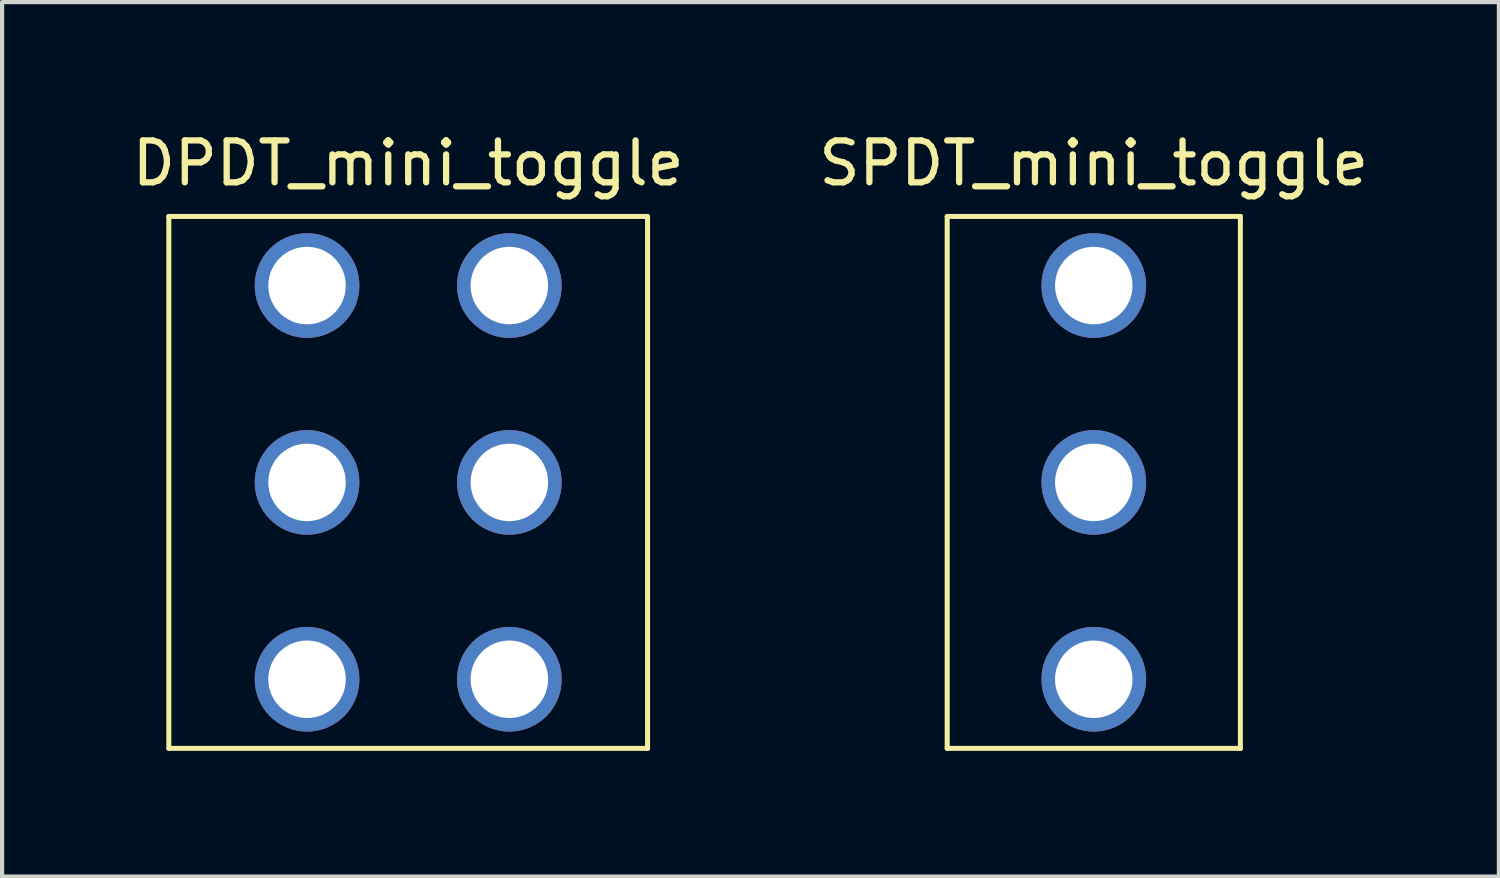
<source format=kicad_pcb>
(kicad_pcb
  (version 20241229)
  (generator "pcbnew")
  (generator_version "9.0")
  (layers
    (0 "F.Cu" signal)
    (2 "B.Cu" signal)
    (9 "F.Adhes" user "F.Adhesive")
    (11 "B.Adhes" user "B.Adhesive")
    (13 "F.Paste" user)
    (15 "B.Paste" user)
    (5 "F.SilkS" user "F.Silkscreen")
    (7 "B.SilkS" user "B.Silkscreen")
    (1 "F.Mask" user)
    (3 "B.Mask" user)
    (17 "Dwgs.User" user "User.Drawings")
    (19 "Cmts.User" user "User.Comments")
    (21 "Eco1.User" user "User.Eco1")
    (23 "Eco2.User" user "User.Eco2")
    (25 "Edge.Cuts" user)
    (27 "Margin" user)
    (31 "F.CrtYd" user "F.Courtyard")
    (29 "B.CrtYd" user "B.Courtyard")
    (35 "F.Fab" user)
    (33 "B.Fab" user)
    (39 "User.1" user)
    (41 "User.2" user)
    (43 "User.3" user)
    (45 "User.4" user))
  (footprint "DPDT_mini_toggle"
    (layer "F.Cu")
    (at 6.696 8.468)
    (property "Reference" "DPDT_mini_toggle" (at 0 -7.62 0) (layer "F.SilkS") (effects (font (size 1 1) (thickness 0.15))))
    (attr through_hole)
    (fp_line (start -5.715 -6.35) (end 5.715 -6.35) (stroke (width 0.12) (type solid)) (layer "F.SilkS"))
    (fp_line (start -5.715 6.35) (end -5.715 -6.35) (stroke (width 0.12) (type solid)) (layer "F.SilkS"))
    (fp_line (start 5.715 -6.35) (end 5.715 6.35) (stroke (width 0.12) (type solid)) (layer "F.SilkS"))
    (fp_line (start 5.715 6.35) (end -5.715 6.35) (stroke (width 0.12) (type solid)) (layer "F.SilkS"))
    (pad "1" thru_hole circle (at 2.415 -4.7) (size 2.5 2.5) (drill 1.85) (layers "*.Cu" "*.Mask"))
    (pad "2" thru_hole circle (at 2.415 0) (size 2.5 2.5) (drill 1.85) (layers "*.Cu" "*.Mask"))
    (pad "3" thru_hole circle (at 2.415 4.7) (size 2.5 2.5) (drill 1.85) (layers "*.Cu" "*.Mask"))
    (pad "4" thru_hole circle (at -2.415 -4.7) (size 2.5 2.5) (drill 1.85) (layers "*.Cu" "*.Mask"))
    (pad "5" thru_hole circle (at -2.415 0) (size 2.5 2.5) (drill 1.85) (layers "*.Cu" "*.Mask"))
    (pad "6" thru_hole circle (at -2.415 4.7) (size 2.5 2.5) (drill 1.85) (layers "*.Cu" "*.Mask")))
  (footprint "SPDT_mini_toggle"
    (layer "F.Cu")
    (at 23.065 8.468)
    (property "Reference" "SPDT_mini_toggle" (at 0 -7.62 0) (layer "F.SilkS") (effects (font (size 1 1) (thickness 0.15))))
    (attr through_hole)
    (fp_line (start -3.5 -6.35) (end 3.5 -6.35) (stroke (width 0.12) (type solid)) (layer "F.SilkS"))
    (fp_line (start -3.5 6.35) (end -3.5 -6.35) (stroke (width 0.12) (type solid)) (layer "F.SilkS"))
    (fp_line (start 3.5 -6.35) (end 3.5 6.35) (stroke (width 0.12) (type solid)) (layer "F.SilkS"))
    (fp_line (start 3.5 6.35) (end -3.5 6.35) (stroke (width 0.12) (type solid)) (layer "F.SilkS"))
    (pad "1" thru_hole circle (at 0 -4.7) (size 2.5 2.5) (drill 1.85) (layers "*.Cu" "*.Mask"))
    (pad "2" thru_hole circle (at 0 0) (size 2.5 2.5) (drill 1.85) (layers "*.Cu" "*.Mask"))
    (pad "3" thru_hole circle (at 0 4.7) (size 2.5 2.5) (drill 1.85) (layers "*.Cu" "*.Mask")))
  (gr_rect
    (start -3 -3)
    (end 32.738 17.878)
    (stroke (width 0.1) (type default))
    (fill no)
    (layer "Edge.Cuts")))
</source>
